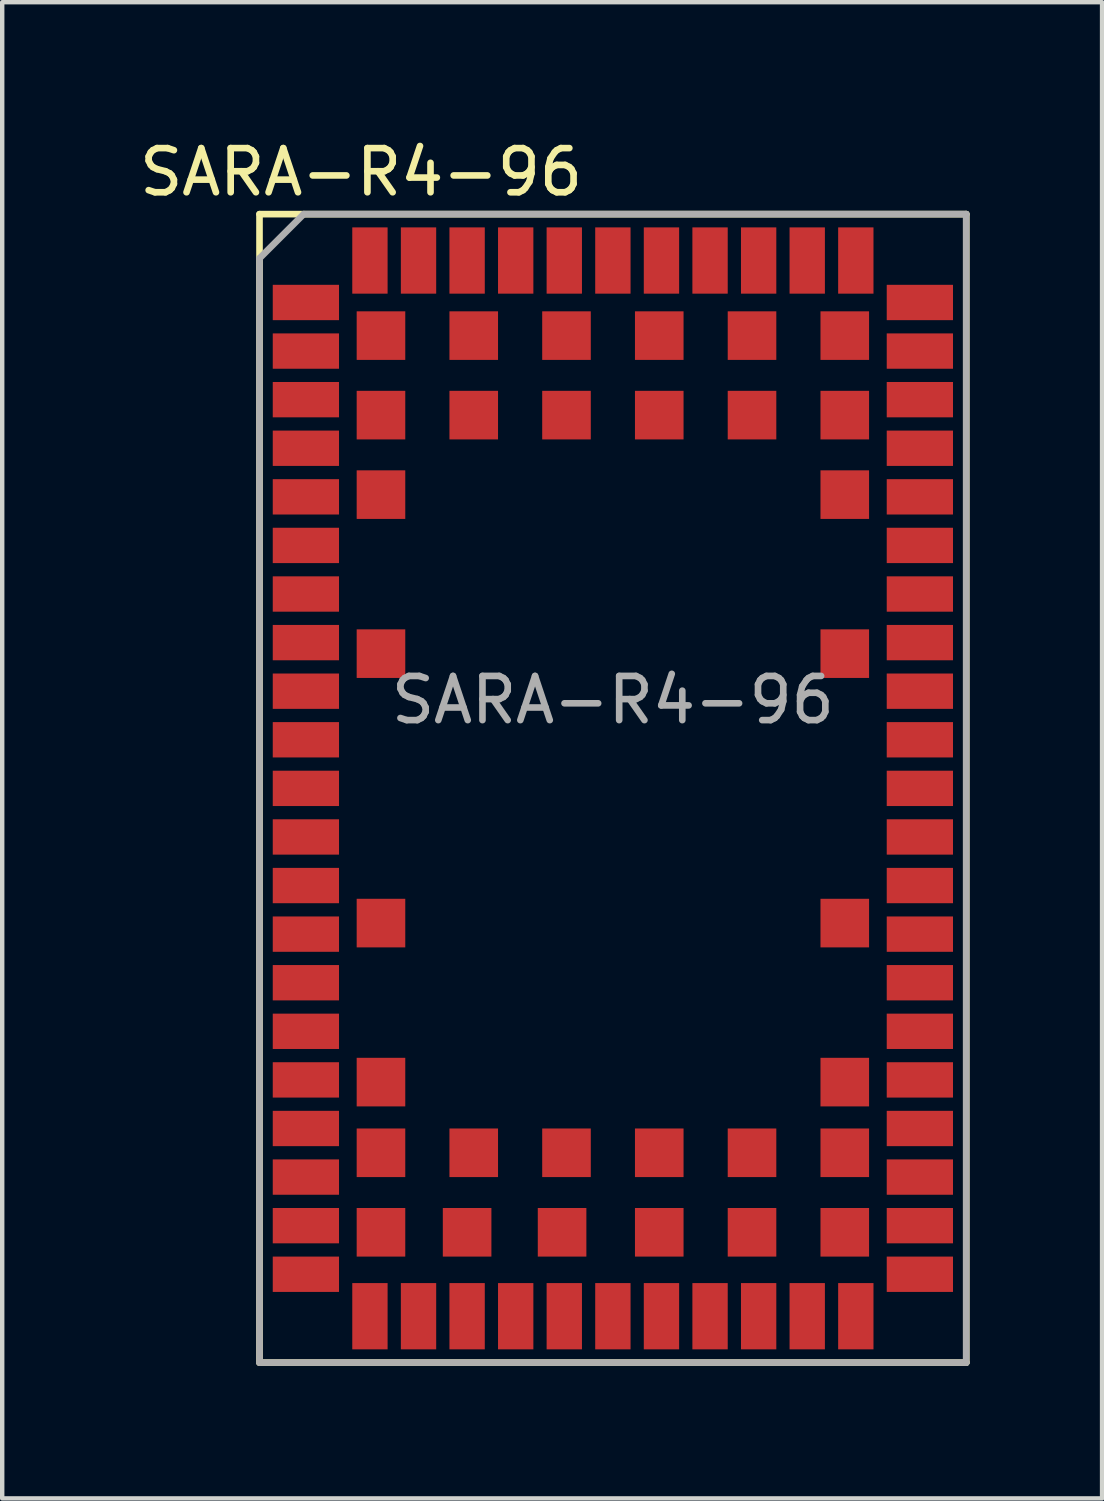
<source format=kicad_pcb>
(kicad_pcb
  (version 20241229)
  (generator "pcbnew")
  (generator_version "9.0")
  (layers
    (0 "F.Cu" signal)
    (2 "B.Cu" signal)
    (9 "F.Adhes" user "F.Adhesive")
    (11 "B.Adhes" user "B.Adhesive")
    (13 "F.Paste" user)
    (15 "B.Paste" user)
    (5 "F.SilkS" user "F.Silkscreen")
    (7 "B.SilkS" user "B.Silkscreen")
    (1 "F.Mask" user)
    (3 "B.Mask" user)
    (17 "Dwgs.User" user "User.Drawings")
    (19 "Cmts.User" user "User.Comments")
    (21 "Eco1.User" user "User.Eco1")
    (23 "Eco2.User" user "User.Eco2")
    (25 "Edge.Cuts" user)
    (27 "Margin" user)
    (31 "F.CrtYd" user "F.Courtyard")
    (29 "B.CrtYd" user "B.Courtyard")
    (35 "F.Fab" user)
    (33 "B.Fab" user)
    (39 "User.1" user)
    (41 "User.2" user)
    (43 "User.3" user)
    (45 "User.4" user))
  (footprint "SARA-R4-96"
    (layer "F.Cu")
    (at 10.825 14.798)
    (property "Reference" "SARA-R4-96" (at -5.7 -13.95 0) (layer "F.SilkS") (effects (font (size 1 1) (thickness 0.15))))
    (attr through_hole)
    (fp_line (start -8 -13) (end -8 13) (stroke (width 0.15) (type solid)) (layer "F.SilkS"))
    (fp_line (start -8 13) (end 8 13) (stroke (width 0.15) (type solid)) (layer "F.SilkS"))
    (fp_line (start 8 -13) (end -8 -13) (stroke (width 0.15) (type solid)) (layer "F.SilkS"))
    (fp_line (start 8 13) (end 8 -13) (stroke (width 0.15) (type solid)) (layer "F.SilkS"))
    (fp_line (start -8 -12) (end -7 -13) (stroke (width 0.15) (type solid)) (layer "F.Fab"))
    (fp_line (start -8 13) (end -8 -12) (stroke (width 0.15) (type solid)) (layer "F.Fab"))
    (fp_line (start -7 -13) (end 8 -13) (stroke (width 0.15) (type solid)) (layer "F.Fab"))
    (fp_line (start 8 -13) (end 8 13) (stroke (width 0.15) (type solid)) (layer "F.Fab"))
    (fp_line (start 8 13) (end -8 13) (stroke (width 0.15) (type solid)) (layer "F.Fab"))
    (fp_text user "${REFERENCE}" (at 0 -2 0) (layer "F.Fab") (effects (font (size 1 1) (thickness 0.15))))
    (pad "1" smd rect (at -6.95 -11) (size 1.5 0.8) (layers "F.Cu" "F.Mask" "F.Paste"))
    (pad "2" smd rect (at -6.95 -9.9) (size 1.5 0.8) (layers "F.Cu" "F.Mask" "F.Paste"))
    (pad "3" smd rect (at -6.95 -8.8) (size 1.5 0.8) (layers "F.Cu" "F.Mask" "F.Paste"))
    (pad "4" smd rect (at -6.95 -7.7) (size 1.5 0.8) (layers "F.Cu" "F.Mask" "F.Paste"))
    (pad "5" smd rect (at -6.95 -6.6) (size 1.5 0.8) (layers "F.Cu" "F.Mask" "F.Paste"))
    (pad "6" smd rect (at -6.95 -5.5) (size 1.5 0.8) (layers "F.Cu" "F.Mask" "F.Paste"))
    (pad "7" smd rect (at -6.95 -4.4) (size 1.5 0.8) (layers "F.Cu" "F.Mask" "F.Paste"))
    (pad "8" smd rect (at -6.95 -3.3) (size 1.5 0.8) (layers "F.Cu" "F.Mask" "F.Paste"))
    (pad "9" smd rect (at -6.95 -2.2) (size 1.5 0.8) (layers "F.Cu" "F.Mask" "F.Paste"))
    (pad "10" smd rect (at -6.95 -1.1) (size 1.5 0.8) (layers "F.Cu" "F.Mask" "F.Paste"))
    (pad "11" smd rect (at -6.95 0) (size 1.5 0.8) (layers "F.Cu" "F.Mask" "F.Paste"))
    (pad "12" smd rect (at -6.95 1.1) (size 1.5 0.8) (layers "F.Cu" "F.Mask" "F.Paste"))
    (pad "13" smd rect (at -6.95 2.2) (size 1.5 0.8) (layers "F.Cu" "F.Mask" "F.Paste"))
    (pad "14" smd rect (at -6.95 3.3) (size 1.5 0.8) (layers "F.Cu" "F.Mask" "F.Paste"))
    (pad "15" smd rect (at -6.95 4.4) (size 1.5 0.8) (layers "F.Cu" "F.Mask" "F.Paste"))
    (pad "16" smd rect (at -6.95 5.5) (size 1.5 0.8) (layers "F.Cu" "F.Mask" "F.Paste"))
    (pad "17" smd rect (at -6.95 6.6) (size 1.5 0.8) (layers "F.Cu" "F.Mask" "F.Paste"))
    (pad "18" smd rect (at -6.95 7.7) (size 1.5 0.8) (layers "F.Cu" "F.Mask" "F.Paste"))
    (pad "19" smd rect (at -6.95 8.8) (size 1.5 0.8) (layers "F.Cu" "F.Mask" "F.Paste"))
    (pad "20" smd rect (at -6.95 9.9) (size 1.5 0.8) (layers "F.Cu" "F.Mask" "F.Paste"))
    (pad "21" smd rect (at -6.95 11) (size 1.5 0.8) (layers "F.Cu" "F.Mask" "F.Paste"))
    (pad "22" smd rect (at -5.5 11.95) (size 0.8 1.5) (layers "F.Cu" "F.Mask" "F.Paste"))
    (pad "23" smd rect (at -4.4 11.95) (size 0.8 1.5) (layers "F.Cu" "F.Mask" "F.Paste"))
    (pad "24" smd rect (at -3.3 11.95) (size 0.8 1.5) (layers "F.Cu" "F.Mask" "F.Paste"))
    (pad "25" smd rect (at -2.2 11.95) (size 0.8 1.5) (layers "F.Cu" "F.Mask" "F.Paste"))
    (pad "26" smd rect (at -1.1 11.95) (size 0.8 1.5) (layers "F.Cu" "F.Mask" "F.Paste"))
    (pad "27" smd rect (at 0 11.95) (size 0.8 1.5) (layers "F.Cu" "F.Mask" "F.Paste"))
    (pad "28" smd rect (at 1.1 11.95) (size 0.8 1.5) (layers "F.Cu" "F.Mask" "F.Paste"))
    (pad "29" smd rect (at 2.2 11.95) (size 0.8 1.5) (layers "F.Cu" "F.Mask" "F.Paste"))
    (pad "30" smd rect (at 3.3 11.95) (size 0.8 1.5) (layers "F.Cu" "F.Mask" "F.Paste"))
    (pad "31" smd rect (at 4.4 11.95) (size 0.8 1.5) (layers "F.Cu" "F.Mask" "F.Paste"))
    (pad "32" smd rect (at 5.5 11.95) (size 0.8 1.5) (layers "F.Cu" "F.Mask" "F.Paste"))
    (pad "33" smd rect (at 6.95 11) (size 1.5 0.8) (layers "F.Cu" "F.Mask" "F.Paste"))
    (pad "34" smd rect (at 6.95 9.9) (size 1.5 0.8) (layers "F.Cu" "F.Mask" "F.Paste"))
    (pad "35" smd rect (at 6.95 8.8) (size 1.5 0.8) (layers "F.Cu" "F.Mask" "F.Paste"))
    (pad "36" smd rect (at 6.95 7.7) (size 1.5 0.8) (layers "F.Cu" "F.Mask" "F.Paste"))
    (pad "37" smd rect (at 6.95 6.6) (size 1.5 0.8) (layers "F.Cu" "F.Mask" "F.Paste"))
    (pad "38" smd rect (at 6.95 5.5) (size 1.5 0.8) (layers "F.Cu" "F.Mask" "F.Paste"))
    (pad "39" smd rect (at 6.95 4.4) (size 1.5 0.8) (layers "F.Cu" "F.Mask" "F.Paste"))
    (pad "40" smd rect (at 6.95 3.3) (size 1.5 0.8) (layers "F.Cu" "F.Mask" "F.Paste"))
    (pad "41" smd rect (at 6.95 2.2) (size 1.5 0.8) (layers "F.Cu" "F.Mask" "F.Paste"))
    (pad "42" smd rect (at 6.95 1.1) (size 1.5 0.8) (layers "F.Cu" "F.Mask" "F.Paste"))
    (pad "43" smd rect (at 6.95 0) (size 1.5 0.8) (layers "F.Cu" "F.Mask" "F.Paste"))
    (pad "44" smd rect (at 6.95 -1.1) (size 1.5 0.8) (layers "F.Cu" "F.Mask" "F.Paste"))
    (pad "45" smd rect (at 6.95 -2.2) (size 1.5 0.8) (layers "F.Cu" "F.Mask" "F.Paste"))
    (pad "46" smd rect (at 6.95 -3.3) (size 1.5 0.8) (layers "F.Cu" "F.Mask" "F.Paste"))
    (pad "47" smd rect (at 6.95 -4.4) (size 1.5 0.8) (layers "F.Cu" "F.Mask" "F.Paste"))
    (pad "48" smd rect (at 6.95 -5.5) (size 1.5 0.8) (layers "F.Cu" "F.Mask" "F.Paste"))
    (pad "49" smd rect (at 6.95 -6.6) (size 1.5 0.8) (layers "F.Cu" "F.Mask" "F.Paste"))
    (pad "50" smd rect (at 6.95 -7.7) (size 1.5 0.8) (layers "F.Cu" "F.Mask" "F.Paste"))
    (pad "51" smd rect (at 6.95 -8.8) (size 1.5 0.8) (layers "F.Cu" "F.Mask" "F.Paste"))
    (pad "52" smd rect (at 6.95 -9.9) (size 1.5 0.8) (layers "F.Cu" "F.Mask" "F.Paste"))
    (pad "53" smd rect (at 6.95 -11) (size 1.5 0.8) (layers "F.Cu" "F.Mask" "F.Paste"))
    (pad "54" smd rect (at 5.5 -11.95) (size 0.8 1.5) (layers "F.Cu" "F.Mask" "F.Paste"))
    (pad "55" smd rect (at 4.4 -11.95) (size 0.8 1.5) (layers "F.Cu" "F.Mask" "F.Paste"))
    (pad "56" smd rect (at 3.3 -11.95) (size 0.8 1.5) (layers "F.Cu" "F.Mask" "F.Paste"))
    (pad "57" smd rect (at 2.2 -11.95) (size 0.8 1.5) (layers "F.Cu" "F.Mask" "F.Paste"))
    (pad "58" smd rect (at 1.1 -11.95) (size 0.8 1.5) (layers "F.Cu" "F.Mask" "F.Paste"))
    (pad "59" smd rect (at 0 -11.95) (size 0.8 1.5) (layers "F.Cu" "F.Mask" "F.Paste"))
    (pad "60" smd rect (at -1.1 -11.95) (size 0.8 1.5) (layers "F.Cu" "F.Mask" "F.Paste"))
    (pad "61" smd rect (at -2.2 -11.95) (size 0.8 1.5) (layers "F.Cu" "F.Mask" "F.Paste"))
    (pad "62" smd rect (at -3.3 -11.95) (size 0.8 1.5) (layers "F.Cu" "F.Mask" "F.Paste"))
    (pad "63" smd rect (at -4.4 -11.95) (size 0.8 1.5) (layers "F.Cu" "F.Mask" "F.Paste"))
    (pad "64" smd rect (at -5.5 -11.95) (size 0.8 1.5) (layers "F.Cu" "F.Mask" "F.Paste"))
    (pad "65" smd rect (at -5.25 -10.25) (size 1.1 1.1) (layers "F.Cu" "F.Mask" "F.Paste"))
    (pad "66" smd rect (at -3.15 -10.25) (size 1.1 1.1) (layers "F.Cu" "F.Mask" "F.Paste"))
    (pad "67" smd rect (at -1.05 -10.25) (size 1.1 1.1) (layers "F.Cu" "F.Mask" "F.Paste"))
    (pad "68" smd rect (at 1.05 -10.25) (size 1.1 1.1) (layers "F.Cu" "F.Mask" "F.Paste"))
    (pad "69" smd rect (at 3.15 -10.25) (size 1.1 1.1) (layers "F.Cu" "F.Mask" "F.Paste"))
    (pad "70" smd rect (at 5.25 -10.25) (size 1.1 1.1) (layers "F.Cu" "F.Mask" "F.Paste"))
    (pad "71" smd rect (at -5.25 -8.45) (size 1.1 1.1) (layers "F.Cu" "F.Mask" "F.Paste"))
    (pad "72" smd rect (at -3.15 -8.45) (size 1.1 1.1) (layers "F.Cu" "F.Mask" "F.Paste"))
    (pad "73" smd rect (at -1.05 -8.45) (size 1.1 1.1) (layers "F.Cu" "F.Mask" "F.Paste"))
    (pad "74" smd rect (at 1.05 -8.45) (size 1.1 1.1) (layers "F.Cu" "F.Mask" "F.Paste"))
    (pad "75" smd rect (at 3.15 -8.45) (size 1.1 1.1) (layers "F.Cu" "F.Mask" "F.Paste"))
    (pad "76" smd rect (at 5.25 -8.45) (size 1.1 1.1) (layers "F.Cu" "F.Mask" "F.Paste"))
    (pad "77" smd rect (at -5.25 -6.65) (size 1.1 1.1) (layers "F.Cu" "F.Mask" "F.Paste"))
    (pad "78" smd rect (at 5.25 -6.65) (size 1.1 1.1) (layers "F.Cu" "F.Mask" "F.Paste"))
    (pad "79" smd rect (at -5.25 -3.05) (size 1.1 1.1) (layers "F.Cu" "F.Mask" "F.Paste"))
    (pad "80" smd rect (at 5.25 -3.05) (size 1.1 1.1) (layers "F.Cu" "F.Mask" "F.Paste"))
    (pad "81" smd rect (at -5.25 3.05) (size 1.1 1.1) (layers "F.Cu" "F.Mask" "F.Paste"))
    (pad "82" smd rect (at 5.25 3.05) (size 1.1 1.1) (layers "F.Cu" "F.Mask" "F.Paste"))
    (pad "83" smd rect (at -5.25 6.65) (size 1.1 1.1) (layers "F.Cu" "F.Mask" "F.Paste"))
    (pad "84" smd rect (at 5.25 6.65) (size 1.1 1.1) (layers "F.Cu" "F.Mask" "F.Paste"))
    (pad "85" smd rect (at -5.25 8.25) (size 1.1 1.1) (layers "F.Cu" "F.Mask" "F.Paste"))
    (pad "86" smd rect (at -3.15 8.25) (size 1.1 1.1) (layers "F.Cu" "F.Mask" "F.Paste"))
    (pad "87" smd rect (at -1.05 8.25) (size 1.1 1.1) (layers "F.Cu" "F.Mask" "F.Paste"))
    (pad "88" smd rect (at 1.05 8.25) (size 1.1 1.1) (layers "F.Cu" "F.Mask" "F.Paste"))
    (pad "89" smd rect (at 3.15 8.25) (size 1.1 1.1) (layers "F.Cu" "F.Mask" "F.Paste"))
    (pad "90" smd rect (at 5.25 8.25) (size 1.1 1.1) (layers "F.Cu" "F.Mask" "F.Paste"))
    (pad "91" smd rect (at -5.25 10.05) (size 1.1 1.1) (layers "F.Cu" "F.Mask" "F.Paste"))
    (pad "92" smd rect (at -3.3 10.05) (size 1.1 1.1) (layers "F.Cu" "F.Mask" "F.Paste"))
    (pad "93" smd rect (at -1.15 10.05) (size 1.1 1.1) (layers "F.Cu" "F.Mask" "F.Paste"))
    (pad "94" smd rect (at 1.05 10.05) (size 1.1 1.1) (layers "F.Cu" "F.Mask" "F.Paste"))
    (pad "95" smd rect (at 3.15 10.05) (size 1.1 1.1) (layers "F.Cu" "F.Mask" "F.Paste"))
    (pad "96" smd rect (at 5.25 10.05) (size 1.1 1.1) (layers "F.Cu" "F.Mask" "F.Paste")))
  (gr_rect
    (start -3 -3)
    (end 21.9 30.873)
    (stroke (width 0.1) (type default))
    (fill no)
    (layer "Edge.Cuts")))
</source>
